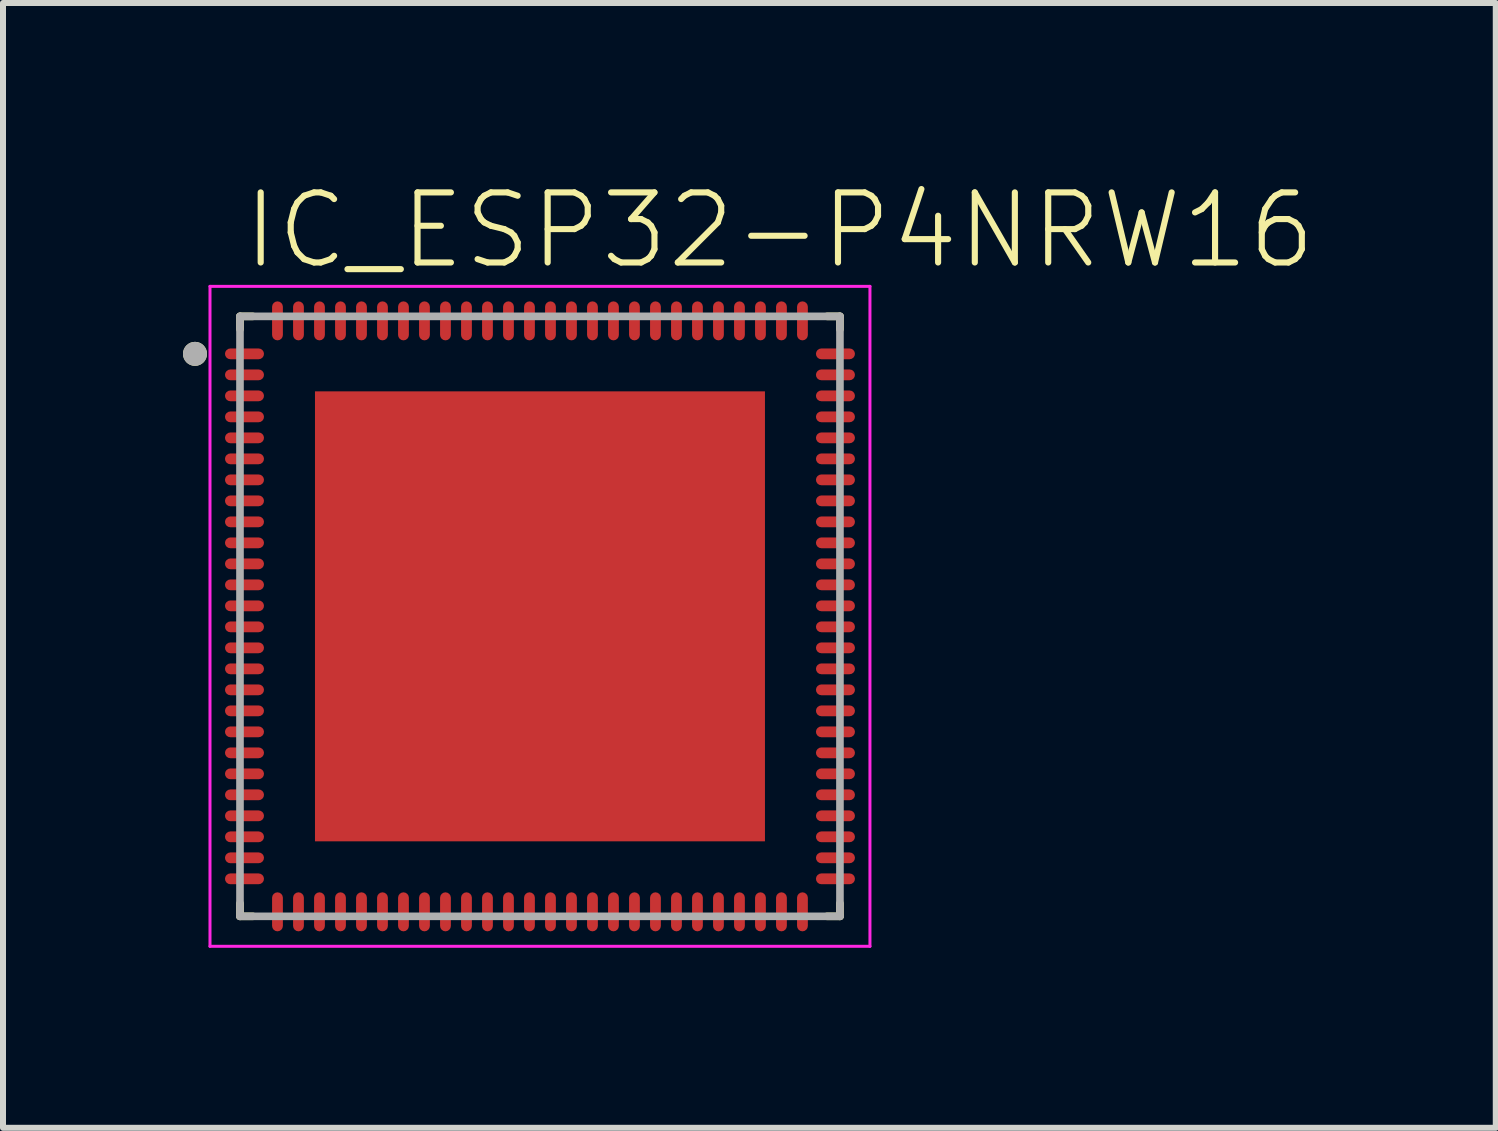
<source format=kicad_pcb>
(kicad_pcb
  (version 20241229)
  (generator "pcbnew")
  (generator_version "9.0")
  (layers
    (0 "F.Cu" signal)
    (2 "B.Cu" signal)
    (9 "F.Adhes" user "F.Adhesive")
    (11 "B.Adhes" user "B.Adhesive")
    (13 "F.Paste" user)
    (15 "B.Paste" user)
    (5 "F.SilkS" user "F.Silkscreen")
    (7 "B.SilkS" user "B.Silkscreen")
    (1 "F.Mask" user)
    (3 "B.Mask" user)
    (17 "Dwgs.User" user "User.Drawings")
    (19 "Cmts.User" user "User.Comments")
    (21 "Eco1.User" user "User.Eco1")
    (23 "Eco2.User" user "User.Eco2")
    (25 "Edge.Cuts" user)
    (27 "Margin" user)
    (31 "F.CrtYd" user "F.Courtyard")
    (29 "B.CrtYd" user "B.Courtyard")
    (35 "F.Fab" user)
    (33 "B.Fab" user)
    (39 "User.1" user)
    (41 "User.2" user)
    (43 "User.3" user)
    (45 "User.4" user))
  (footprint "IC_ESP32-P4NRW16"
    (layer "F.Cu")
    (at 5.95 7.223)
    (property "Reference" "IC_ESP32-P4NRW16" (at -5 -5.75 0) (unlocked yes) (layer "F.SilkS") (effects (font (size 1.168 1.168) (thickness 0.102)) (justify left bottom)))
    (fp_poly (pts (xy -4.617 -4.501) (xy -4.564 -4.448) (xy -4.545 -4.375) (xy -4.564 -4.302) (xy -4.617 -4.249) (xy -4.689 -4.23) (xy -5.161 -4.23) (xy -5.233 -4.249) (xy -5.286 -4.302) (xy -5.305 -4.375) (xy -5.286 -4.448) (xy -5.233 -4.501) (xy -5.161 -4.52) (xy -4.689 -4.52)) (stroke (width 0) (type default)) (fill yes) (layer "F.Mask"))
    (fp_poly (pts (xy -4.617 -4.151) (xy -4.564 -4.098) (xy -4.545 -4.025) (xy -4.564 -3.952) (xy -4.617 -3.899) (xy -4.689 -3.88) (xy -5.161 -3.88) (xy -5.233 -3.899) (xy -5.286 -3.952) (xy -5.305 -4.025) (xy -5.286 -4.098) (xy -5.233 -4.151) (xy -5.161 -4.17) (xy -4.689 -4.17)) (stroke (width 0) (type default)) (fill yes) (layer "F.Mask"))
    (fp_poly (pts (xy -4.617 -3.801) (xy -4.564 -3.748) (xy -4.545 -3.675) (xy -4.564 -3.602) (xy -4.617 -3.549) (xy -4.689 -3.53) (xy -5.161 -3.53) (xy -5.233 -3.549) (xy -5.286 -3.602) (xy -5.305 -3.675) (xy -5.286 -3.748) (xy -5.233 -3.801) (xy -5.161 -3.82) (xy -4.689 -3.82)) (stroke (width 0) (type default)) (fill yes) (layer "F.Mask"))
    (fp_poly (pts (xy -4.617 -3.451) (xy -4.564 -3.398) (xy -4.545 -3.325) (xy -4.564 -3.252) (xy -4.617 -3.199) (xy -4.689 -3.18) (xy -5.161 -3.18) (xy -5.233 -3.199) (xy -5.286 -3.252) (xy -5.305 -3.325) (xy -5.286 -3.398) (xy -5.233 -3.451) (xy -5.161 -3.47) (xy -4.689 -3.47)) (stroke (width 0) (type default)) (fill yes) (layer "F.Mask"))
    (fp_poly (pts (xy -4.617 -3.101) (xy -4.564 -3.048) (xy -4.545 -2.975) (xy -4.564 -2.902) (xy -4.617 -2.849) (xy -4.689 -2.83) (xy -5.161 -2.83) (xy -5.233 -2.849) (xy -5.286 -2.902) (xy -5.305 -2.975) (xy -5.286 -3.048) (xy -5.233 -3.101) (xy -5.161 -3.12) (xy -4.689 -3.12)) (stroke (width 0) (type default)) (fill yes) (layer "F.Mask"))
    (fp_poly (pts (xy -4.617 -2.751) (xy -4.564 -2.698) (xy -4.545 -2.625) (xy -4.564 -2.552) (xy -4.617 -2.499) (xy -4.689 -2.48) (xy -5.161 -2.48) (xy -5.233 -2.499) (xy -5.286 -2.552) (xy -5.305 -2.625) (xy -5.286 -2.698) (xy -5.233 -2.751) (xy -5.161 -2.77) (xy -4.689 -2.77)) (stroke (width 0) (type default)) (fill yes) (layer "F.Mask"))
    (fp_poly (pts (xy -4.617 -2.401) (xy -4.564 -2.348) (xy -4.545 -2.275) (xy -4.564 -2.202) (xy -4.617 -2.149) (xy -4.689 -2.13) (xy -5.161 -2.13) (xy -5.233 -2.149) (xy -5.286 -2.202) (xy -5.305 -2.275) (xy -5.286 -2.348) (xy -5.233 -2.401) (xy -5.161 -2.42) (xy -4.689 -2.42)) (stroke (width 0) (type default)) (fill yes) (layer "F.Mask"))
    (fp_poly (pts (xy -4.617 -2.051) (xy -4.564 -1.998) (xy -4.545 -1.925) (xy -4.564 -1.852) (xy -4.617 -1.799) (xy -4.689 -1.78) (xy -5.161 -1.78) (xy -5.233 -1.799) (xy -5.286 -1.852) (xy -5.305 -1.925) (xy -5.286 -1.998) (xy -5.233 -2.051) (xy -5.161 -2.07) (xy -4.689 -2.07)) (stroke (width 0) (type default)) (fill yes) (layer "F.Mask"))
    (fp_poly (pts (xy -4.617 -1.701) (xy -4.564 -1.648) (xy -4.545 -1.575) (xy -4.564 -1.502) (xy -4.617 -1.449) (xy -4.689 -1.43) (xy -5.161 -1.43) (xy -5.233 -1.449) (xy -5.286 -1.502) (xy -5.305 -1.575) (xy -5.286 -1.648) (xy -5.233 -1.701) (xy -5.161 -1.72) (xy -4.689 -1.72)) (stroke (width 0) (type default)) (fill yes) (layer "F.Mask"))
    (fp_poly (pts (xy -4.617 -1.351) (xy -4.564 -1.298) (xy -4.545 -1.225) (xy -4.564 -1.152) (xy -4.617 -1.099) (xy -4.689 -1.08) (xy -5.161 -1.08) (xy -5.233 -1.099) (xy -5.286 -1.152) (xy -5.305 -1.225) (xy -5.286 -1.298) (xy -5.233 -1.351) (xy -5.161 -1.37) (xy -4.689 -1.37)) (stroke (width 0) (type default)) (fill yes) (layer "F.Mask"))
    (fp_poly (pts (xy -4.617 -1.001) (xy -4.564 -0.948) (xy -4.545 -0.875) (xy -4.564 -0.802) (xy -4.617 -0.749) (xy -4.689 -0.73) (xy -5.161 -0.73) (xy -5.233 -0.749) (xy -5.286 -0.802) (xy -5.305 -0.875) (xy -5.286 -0.948) (xy -5.233 -1.001) (xy -5.161 -1.02) (xy -4.689 -1.02)) (stroke (width 0) (type default)) (fill yes) (layer "F.Mask"))
    (fp_poly (pts (xy -4.617 -0.651) (xy -4.564 -0.598) (xy -4.545 -0.525) (xy -4.564 -0.452) (xy -4.617 -0.399) (xy -4.689 -0.38) (xy -5.161 -0.38) (xy -5.233 -0.399) (xy -5.286 -0.452) (xy -5.305 -0.525) (xy -5.286 -0.598) (xy -5.233 -0.651) (xy -5.161 -0.67) (xy -4.689 -0.67)) (stroke (width 0) (type default)) (fill yes) (layer "F.Mask"))
    (fp_poly (pts (xy -4.617 -0.301) (xy -4.564 -0.248) (xy -4.545 -0.175) (xy -4.564 -0.102) (xy -4.617 -0.049) (xy -4.689 -0.03) (xy -5.161 -0.03) (xy -5.233 -0.049) (xy -5.286 -0.102) (xy -5.305 -0.175) (xy -5.286 -0.248) (xy -5.233 -0.301) (xy -5.161 -0.32) (xy -4.689 -0.32)) (stroke (width 0) (type default)) (fill yes) (layer "F.Mask"))
    (fp_poly (pts (xy -4.617 0.049) (xy -4.564 0.102) (xy -4.545 0.175) (xy -4.564 0.248) (xy -4.617 0.301) (xy -4.689 0.32) (xy -5.161 0.32) (xy -5.233 0.301) (xy -5.286 0.248) (xy -5.305 0.175) (xy -5.286 0.102) (xy -5.233 0.049) (xy -5.161 0.03) (xy -4.689 0.03)) (stroke (width 0) (type default)) (fill yes) (layer "F.Mask"))
    (fp_poly (pts (xy -4.617 0.399) (xy -4.564 0.452) (xy -4.545 0.525) (xy -4.564 0.598) (xy -4.617 0.651) (xy -4.689 0.67) (xy -5.161 0.67) (xy -5.233 0.651) (xy -5.286 0.598) (xy -5.305 0.525) (xy -5.286 0.452) (xy -5.233 0.399) (xy -5.161 0.38) (xy -4.689 0.38)) (stroke (width 0) (type default)) (fill yes) (layer "F.Mask"))
    (fp_poly (pts (xy -4.617 0.749) (xy -4.564 0.802) (xy -4.545 0.875) (xy -4.564 0.948) (xy -4.617 1.001) (xy -4.689 1.02) (xy -5.161 1.02) (xy -5.233 1.001) (xy -5.286 0.948) (xy -5.305 0.875) (xy -5.286 0.802) (xy -5.233 0.749) (xy -5.161 0.73) (xy -4.689 0.73)) (stroke (width 0) (type default)) (fill yes) (layer "F.Mask"))
    (fp_poly (pts (xy -4.617 1.099) (xy -4.564 1.152) (xy -4.545 1.225) (xy -4.564 1.298) (xy -4.617 1.351) (xy -4.689 1.37) (xy -5.161 1.37) (xy -5.233 1.351) (xy -5.286 1.298) (xy -5.305 1.225) (xy -5.286 1.152) (xy -5.233 1.099) (xy -5.161 1.08) (xy -4.689 1.08)) (stroke (width 0) (type default)) (fill yes) (layer "F.Mask"))
    (fp_poly (pts (xy -4.617 1.449) (xy -4.564 1.502) (xy -4.545 1.575) (xy -4.564 1.648) (xy -4.617 1.701) (xy -4.689 1.72) (xy -5.161 1.72) (xy -5.233 1.701) (xy -5.286 1.648) (xy -5.305 1.575) (xy -5.286 1.502) (xy -5.233 1.449) (xy -5.161 1.43) (xy -4.689 1.43)) (stroke (width 0) (type default)) (fill yes) (layer "F.Mask"))
    (fp_poly (pts (xy -4.617 1.799) (xy -4.564 1.852) (xy -4.545 1.925) (xy -4.564 1.998) (xy -4.617 2.051) (xy -4.689 2.07) (xy -5.161 2.07) (xy -5.233 2.051) (xy -5.286 1.998) (xy -5.305 1.925) (xy -5.286 1.852) (xy -5.233 1.799) (xy -5.161 1.78) (xy -4.689 1.78)) (stroke (width 0) (type default)) (fill yes) (layer "F.Mask"))
    (fp_poly (pts (xy -4.617 2.149) (xy -4.564 2.202) (xy -4.545 2.275) (xy -4.564 2.348) (xy -4.617 2.401) (xy -4.689 2.42) (xy -5.161 2.42) (xy -5.233 2.401) (xy -5.286 2.348) (xy -5.305 2.275) (xy -5.286 2.202) (xy -5.233 2.149) (xy -5.161 2.13) (xy -4.689 2.13)) (stroke (width 0) (type default)) (fill yes) (layer "F.Mask"))
    (fp_poly (pts (xy -4.617 2.499) (xy -4.564 2.552) (xy -4.545 2.625) (xy -4.564 2.698) (xy -4.617 2.751) (xy -4.689 2.77) (xy -5.161 2.77) (xy -5.233 2.751) (xy -5.286 2.698) (xy -5.305 2.625) (xy -5.286 2.552) (xy -5.233 2.499) (xy -5.161 2.48) (xy -4.689 2.48)) (stroke (width 0) (type default)) (fill yes) (layer "F.Mask"))
    (fp_poly (pts (xy -4.617 2.849) (xy -4.564 2.902) (xy -4.545 2.975) (xy -4.564 3.048) (xy -4.617 3.101) (xy -4.689 3.12) (xy -5.161 3.12) (xy -5.233 3.101) (xy -5.286 3.048) (xy -5.305 2.975) (xy -5.286 2.902) (xy -5.233 2.849) (xy -5.161 2.83) (xy -4.689 2.83)) (stroke (width 0) (type default)) (fill yes) (layer "F.Mask"))
    (fp_poly (pts (xy -4.617 3.199) (xy -4.564 3.252) (xy -4.545 3.325) (xy -4.564 3.398) (xy -4.617 3.451) (xy -4.689 3.47) (xy -5.161 3.47) (xy -5.233 3.451) (xy -5.286 3.398) (xy -5.305 3.325) (xy -5.286 3.252) (xy -5.233 3.199) (xy -5.161 3.18) (xy -4.689 3.18)) (stroke (width 0) (type default)) (fill yes) (layer "F.Mask"))
    (fp_poly (pts (xy -4.617 3.549) (xy -4.564 3.602) (xy -4.545 3.675) (xy -4.564 3.748) (xy -4.617 3.801) (xy -4.689 3.82) (xy -5.161 3.82) (xy -5.233 3.801) (xy -5.286 3.748) (xy -5.305 3.675) (xy -5.286 3.602) (xy -5.233 3.549) (xy -5.161 3.53) (xy -4.689 3.53)) (stroke (width 0) (type default)) (fill yes) (layer "F.Mask"))
    (fp_poly (pts (xy -4.617 3.899) (xy -4.564 3.952) (xy -4.545 4.025) (xy -4.564 4.098) (xy -4.617 4.151) (xy -4.689 4.17) (xy -5.161 4.17) (xy -5.233 4.151) (xy -5.286 4.098) (xy -5.305 4.025) (xy -5.286 3.952) (xy -5.233 3.899) (xy -5.161 3.88) (xy -4.689 3.88)) (stroke (width 0) (type default)) (fill yes) (layer "F.Mask"))
    (fp_poly (pts (xy -4.617 4.249) (xy -4.564 4.302) (xy -4.545 4.375) (xy -4.564 4.448) (xy -4.617 4.501) (xy -4.689 4.52) (xy -5.161 4.52) (xy -5.233 4.501) (xy -5.286 4.448) (xy -5.305 4.375) (xy -5.286 4.302) (xy -5.233 4.249) (xy -5.161 4.23) (xy -4.689 4.23)) (stroke (width 0) (type default)) (fill yes) (layer "F.Mask"))
    (fp_poly (pts (xy -4.302 -5.286) (xy -4.249 -5.233) (xy -4.23 -5.161) (xy -4.23 -4.689) (xy -4.249 -4.617) (xy -4.302 -4.564) (xy -4.375 -4.545) (xy -4.448 -4.564) (xy -4.501 -4.617) (xy -4.52 -4.689) (xy -4.52 -5.161) (xy -4.501 -5.233) (xy -4.448 -5.286) (xy -4.375 -5.305)) (stroke (width 0) (type default)) (fill yes) (layer "F.Mask"))
    (fp_poly (pts (xy -4.302 4.564) (xy -4.249 4.617) (xy -4.23 4.689) (xy -4.23 5.161) (xy -4.249 5.233) (xy -4.302 5.286) (xy -4.375 5.305) (xy -4.448 5.286) (xy -4.501 5.233) (xy -4.52 5.161) (xy -4.52 4.689) (xy -4.501 4.617) (xy -4.448 4.564) (xy -4.375 4.545)) (stroke (width 0) (type default)) (fill yes) (layer "F.Mask"))
    (fp_poly (pts (xy -3.952 -5.286) (xy -3.899 -5.233) (xy -3.88 -5.161) (xy -3.88 -4.689) (xy -3.899 -4.617) (xy -3.952 -4.564) (xy -4.025 -4.545) (xy -4.098 -4.564) (xy -4.151 -4.617) (xy -4.17 -4.689) (xy -4.17 -5.161) (xy -4.151 -5.233) (xy -4.098 -5.286) (xy -4.025 -5.305)) (stroke (width 0) (type default)) (fill yes) (layer "F.Mask"))
    (fp_poly (pts (xy -3.952 4.564) (xy -3.899 4.617) (xy -3.88 4.689) (xy -3.88 5.161) (xy -3.899 5.233) (xy -3.952 5.286) (xy -4.025 5.305) (xy -4.098 5.286) (xy -4.151 5.233) (xy -4.17 5.161) (xy -4.17 4.689) (xy -4.151 4.617) (xy -4.098 4.564) (xy -4.025 4.545)) (stroke (width 0) (type default)) (fill yes) (layer "F.Mask"))
    (fp_poly (pts (xy -3.602 -5.286) (xy -3.549 -5.233) (xy -3.53 -5.161) (xy -3.53 -4.689) (xy -3.549 -4.617) (xy -3.602 -4.564) (xy -3.675 -4.545) (xy -3.748 -4.564) (xy -3.801 -4.617) (xy -3.82 -4.689) (xy -3.82 -5.161) (xy -3.801 -5.233) (xy -3.748 -5.286) (xy -3.675 -5.305)) (stroke (width 0) (type default)) (fill yes) (layer "F.Mask"))
    (fp_poly (pts (xy -3.602 4.564) (xy -3.549 4.617) (xy -3.53 4.689) (xy -3.53 5.161) (xy -3.549 5.233) (xy -3.602 5.286) (xy -3.675 5.305) (xy -3.748 5.286) (xy -3.801 5.233) (xy -3.82 5.161) (xy -3.82 4.689) (xy -3.801 4.617) (xy -3.748 4.564) (xy -3.675 4.545)) (stroke (width 0) (type default)) (fill yes) (layer "F.Mask"))
    (fp_poly (pts (xy -3.252 -5.286) (xy -3.199 -5.233) (xy -3.18 -5.161) (xy -3.18 -4.689) (xy -3.199 -4.617) (xy -3.252 -4.564) (xy -3.325 -4.545) (xy -3.398 -4.564) (xy -3.451 -4.617) (xy -3.47 -4.689) (xy -3.47 -5.161) (xy -3.451 -5.233) (xy -3.398 -5.286) (xy -3.325 -5.305)) (stroke (width 0) (type default)) (fill yes) (layer "F.Mask"))
    (fp_poly (pts (xy -3.252 4.564) (xy -3.199 4.617) (xy -3.18 4.689) (xy -3.18 5.161) (xy -3.199 5.233) (xy -3.252 5.286) (xy -3.325 5.305) (xy -3.398 5.286) (xy -3.451 5.233) (xy -3.47 5.161) (xy -3.47 4.689) (xy -3.451 4.617) (xy -3.398 4.564) (xy -3.325 4.545)) (stroke (width 0) (type default)) (fill yes) (layer "F.Mask"))
    (fp_poly (pts (xy -2.902 -5.286) (xy -2.849 -5.233) (xy -2.83 -5.161) (xy -2.83 -4.689) (xy -2.849 -4.617) (xy -2.902 -4.564) (xy -2.975 -4.545) (xy -3.048 -4.564) (xy -3.101 -4.617) (xy -3.12 -4.689) (xy -3.12 -5.161) (xy -3.101 -5.233) (xy -3.048 -5.286) (xy -2.975 -5.305)) (stroke (width 0) (type default)) (fill yes) (layer "F.Mask"))
    (fp_poly (pts (xy -2.902 4.564) (xy -2.849 4.617) (xy -2.83 4.689) (xy -2.83 5.161) (xy -2.849 5.233) (xy -2.902 5.286) (xy -2.975 5.305) (xy -3.048 5.286) (xy -3.101 5.233) (xy -3.12 5.161) (xy -3.12 4.689) (xy -3.101 4.617) (xy -3.048 4.564) (xy -2.975 4.545)) (stroke (width 0) (type default)) (fill yes) (layer "F.Mask"))
    (fp_poly (pts (xy -2.552 -5.286) (xy -2.499 -5.233) (xy -2.48 -5.161) (xy -2.48 -4.689) (xy -2.499 -4.617) (xy -2.552 -4.564) (xy -2.625 -4.545) (xy -2.698 -4.564) (xy -2.751 -4.617) (xy -2.77 -4.689) (xy -2.77 -5.161) (xy -2.751 -5.233) (xy -2.698 -5.286) (xy -2.625 -5.305)) (stroke (width 0) (type default)) (fill yes) (layer "F.Mask"))
    (fp_poly (pts (xy -2.552 4.564) (xy -2.499 4.617) (xy -2.48 4.689) (xy -2.48 5.161) (xy -2.499 5.233) (xy -2.552 5.286) (xy -2.625 5.305) (xy -2.698 5.286) (xy -2.751 5.233) (xy -2.77 5.161) (xy -2.77 4.689) (xy -2.751 4.617) (xy -2.698 4.564) (xy -2.625 4.545)) (stroke (width 0) (type default)) (fill yes) (layer "F.Mask"))
    (fp_poly (pts (xy -2.202 -5.286) (xy -2.149 -5.233) (xy -2.13 -5.161) (xy -2.13 -4.689) (xy -2.149 -4.617) (xy -2.202 -4.564) (xy -2.275 -4.545) (xy -2.348 -4.564) (xy -2.401 -4.617) (xy -2.42 -4.689) (xy -2.42 -5.161) (xy -2.401 -5.233) (xy -2.348 -5.286) (xy -2.275 -5.305)) (stroke (width 0) (type default)) (fill yes) (layer "F.Mask"))
    (fp_poly (pts (xy -2.202 4.564) (xy -2.149 4.617) (xy -2.13 4.689) (xy -2.13 5.161) (xy -2.149 5.233) (xy -2.202 5.286) (xy -2.275 5.305) (xy -2.348 5.286) (xy -2.401 5.233) (xy -2.42 5.161) (xy -2.42 4.689) (xy -2.401 4.617) (xy -2.348 4.564) (xy -2.275 4.545)) (stroke (width 0) (type default)) (fill yes) (layer "F.Mask"))
    (fp_poly (pts (xy -1.852 -5.286) (xy -1.799 -5.233) (xy -1.78 -5.161) (xy -1.78 -4.689) (xy -1.799 -4.617) (xy -1.852 -4.564) (xy -1.925 -4.545) (xy -1.998 -4.564) (xy -2.051 -4.617) (xy -2.07 -4.689) (xy -2.07 -5.161) (xy -2.051 -5.233) (xy -1.998 -5.286) (xy -1.925 -5.305)) (stroke (width 0) (type default)) (fill yes) (layer "F.Mask"))
    (fp_poly (pts (xy -1.852 4.564) (xy -1.799 4.617) (xy -1.78 4.689) (xy -1.78 5.161) (xy -1.799 5.233) (xy -1.852 5.286) (xy -1.925 5.305) (xy -1.998 5.286) (xy -2.051 5.233) (xy -2.07 5.161) (xy -2.07 4.689) (xy -2.051 4.617) (xy -1.998 4.564) (xy -1.925 4.545)) (stroke (width 0) (type default)) (fill yes) (layer "F.Mask"))
    (fp_poly (pts (xy -1.502 -5.286) (xy -1.449 -5.233) (xy -1.43 -5.161) (xy -1.43 -4.689) (xy -1.449 -4.617) (xy -1.502 -4.564) (xy -1.575 -4.545) (xy -1.648 -4.564) (xy -1.701 -4.617) (xy -1.72 -4.689) (xy -1.72 -5.161) (xy -1.701 -5.233) (xy -1.648 -5.286) (xy -1.575 -5.305)) (stroke (width 0) (type default)) (fill yes) (layer "F.Mask"))
    (fp_poly (pts (xy -1.502 4.564) (xy -1.449 4.617) (xy -1.43 4.689) (xy -1.43 5.161) (xy -1.449 5.233) (xy -1.502 5.286) (xy -1.575 5.305) (xy -1.648 5.286) (xy -1.701 5.233) (xy -1.72 5.161) (xy -1.72 4.689) (xy -1.701 4.617) (xy -1.648 4.564) (xy -1.575 4.545)) (stroke (width 0) (type default)) (fill yes) (layer "F.Mask"))
    (fp_poly (pts (xy -1.152 -5.286) (xy -1.099 -5.233) (xy -1.08 -5.161) (xy -1.08 -4.689) (xy -1.099 -4.617) (xy -1.152 -4.564) (xy -1.225 -4.545) (xy -1.298 -4.564) (xy -1.351 -4.617) (xy -1.37 -4.689) (xy -1.37 -5.161) (xy -1.351 -5.233) (xy -1.298 -5.286) (xy -1.225 -5.305)) (stroke (width 0) (type default)) (fill yes) (layer "F.Mask"))
    (fp_poly (pts (xy -1.152 4.564) (xy -1.099 4.617) (xy -1.08 4.689) (xy -1.08 5.161) (xy -1.099 5.233) (xy -1.152 5.286) (xy -1.225 5.305) (xy -1.298 5.286) (xy -1.351 5.233) (xy -1.37 5.161) (xy -1.37 4.689) (xy -1.351 4.617) (xy -1.298 4.564) (xy -1.225 4.545)) (stroke (width 0) (type default)) (fill yes) (layer "F.Mask"))
    (fp_poly (pts (xy -0.802 -5.286) (xy -0.749 -5.233) (xy -0.73 -5.161) (xy -0.73 -4.689) (xy -0.749 -4.617) (xy -0.802 -4.564) (xy -0.875 -4.545) (xy -0.948 -4.564) (xy -1.001 -4.617) (xy -1.02 -4.689) (xy -1.02 -5.161) (xy -1.001 -5.233) (xy -0.948 -5.286) (xy -0.875 -5.305)) (stroke (width 0) (type default)) (fill yes) (layer "F.Mask"))
    (fp_poly (pts (xy -0.802 4.564) (xy -0.749 4.617) (xy -0.73 4.689) (xy -0.73 5.161) (xy -0.749 5.233) (xy -0.802 5.286) (xy -0.875 5.305) (xy -0.948 5.286) (xy -1.001 5.233) (xy -1.02 5.161) (xy -1.02 4.689) (xy -1.001 4.617) (xy -0.948 4.564) (xy -0.875 4.545)) (stroke (width 0) (type default)) (fill yes) (layer "F.Mask"))
    (fp_poly (pts (xy -0.452 -5.286) (xy -0.399 -5.233) (xy -0.38 -5.161) (xy -0.38 -4.689) (xy -0.399 -4.617) (xy -0.452 -4.564) (xy -0.525 -4.545) (xy -0.598 -4.564) (xy -0.651 -4.617) (xy -0.67 -4.689) (xy -0.67 -5.161) (xy -0.651 -5.233) (xy -0.598 -5.286) (xy -0.525 -5.305)) (stroke (width 0) (type default)) (fill yes) (layer "F.Mask"))
    (fp_poly (pts (xy -0.452 4.564) (xy -0.399 4.617) (xy -0.38 4.689) (xy -0.38 5.161) (xy -0.399 5.233) (xy -0.452 5.286) (xy -0.525 5.305) (xy -0.598 5.286) (xy -0.651 5.233) (xy -0.67 5.161) (xy -0.67 4.689) (xy -0.651 4.617) (xy -0.598 4.564) (xy -0.525 4.545)) (stroke (width 0) (type default)) (fill yes) (layer "F.Mask"))
    (fp_poly (pts (xy -0.102 -5.286) (xy -0.049 -5.233) (xy -0.03 -5.161) (xy -0.03 -4.689) (xy -0.049 -4.617) (xy -0.102 -4.564) (xy -0.175 -4.545) (xy -0.248 -4.564) (xy -0.301 -4.617) (xy -0.32 -4.689) (xy -0.32 -5.161) (xy -0.301 -5.233) (xy -0.248 -5.286) (xy -0.175 -5.305)) (stroke (width 0) (type default)) (fill yes) (layer "F.Mask"))
    (fp_poly (pts (xy -0.102 4.564) (xy -0.049 4.617) (xy -0.03 4.689) (xy -0.03 5.161) (xy -0.049 5.233) (xy -0.102 5.286) (xy -0.175 5.305) (xy -0.248 5.286) (xy -0.301 5.233) (xy -0.32 5.161) (xy -0.32 4.689) (xy -0.301 4.617) (xy -0.248 4.564) (xy -0.175 4.545)) (stroke (width 0) (type default)) (fill yes) (layer "F.Mask"))
    (fp_poly (pts (xy 0.248 -5.286) (xy 0.301 -5.233) (xy 0.32 -5.161) (xy 0.32 -4.689) (xy 0.301 -4.617) (xy 0.248 -4.564) (xy 0.175 -4.545) (xy 0.102 -4.564) (xy 0.049 -4.617) (xy 0.03 -4.689) (xy 0.03 -5.161) (xy 0.049 -5.233) (xy 0.102 -5.286) (xy 0.175 -5.305)) (stroke (width 0) (type default)) (fill yes) (layer "F.Mask"))
    (fp_poly (pts (xy 0.248 4.564) (xy 0.301 4.617) (xy 0.32 4.689) (xy 0.32 5.161) (xy 0.301 5.233) (xy 0.248 5.286) (xy 0.175 5.305) (xy 0.102 5.286) (xy 0.049 5.233) (xy 0.03 5.161) (xy 0.03 4.689) (xy 0.049 4.617) (xy 0.102 4.564) (xy 0.175 4.545)) (stroke (width 0) (type default)) (fill yes) (layer "F.Mask"))
    (fp_poly (pts (xy 0.598 -5.286) (xy 0.651 -5.233) (xy 0.67 -5.161) (xy 0.67 -4.689) (xy 0.651 -4.617) (xy 0.598 -4.564) (xy 0.525 -4.545) (xy 0.452 -4.564) (xy 0.399 -4.617) (xy 0.38 -4.689) (xy 0.38 -5.161) (xy 0.399 -5.233) (xy 0.452 -5.286) (xy 0.525 -5.305)) (stroke (width 0) (type default)) (fill yes) (layer "F.Mask"))
    (fp_poly (pts (xy 0.598 4.564) (xy 0.651 4.617) (xy 0.67 4.689) (xy 0.67 5.161) (xy 0.651 5.233) (xy 0.598 5.286) (xy 0.525 5.305) (xy 0.452 5.286) (xy 0.399 5.233) (xy 0.38 5.161) (xy 0.38 4.689) (xy 0.399 4.617) (xy 0.452 4.564) (xy 0.525 4.545)) (stroke (width 0) (type default)) (fill yes) (layer "F.Mask"))
    (fp_poly (pts (xy 0.948 -5.286) (xy 1.001 -5.233) (xy 1.02 -5.161) (xy 1.02 -4.689) (xy 1.001 -4.617) (xy 0.948 -4.564) (xy 0.875 -4.545) (xy 0.802 -4.564) (xy 0.749 -4.617) (xy 0.73 -4.689) (xy 0.73 -5.161) (xy 0.749 -5.233) (xy 0.802 -5.286) (xy 0.875 -5.305)) (stroke (width 0) (type default)) (fill yes) (layer "F.Mask"))
    (fp_poly (pts (xy 0.948 4.564) (xy 1.001 4.617) (xy 1.02 4.689) (xy 1.02 5.161) (xy 1.001 5.233) (xy 0.948 5.286) (xy 0.875 5.305) (xy 0.802 5.286) (xy 0.749 5.233) (xy 0.73 5.161) (xy 0.73 4.689) (xy 0.749 4.617) (xy 0.802 4.564) (xy 0.875 4.545)) (stroke (width 0) (type default)) (fill yes) (layer "F.Mask"))
    (fp_poly (pts (xy 1.298 -5.286) (xy 1.351 -5.233) (xy 1.37 -5.161) (xy 1.37 -4.689) (xy 1.351 -4.617) (xy 1.298 -4.564) (xy 1.225 -4.545) (xy 1.152 -4.564) (xy 1.099 -4.617) (xy 1.08 -4.689) (xy 1.08 -5.161) (xy 1.099 -5.233) (xy 1.152 -5.286) (xy 1.225 -5.305)) (stroke (width 0) (type default)) (fill yes) (layer "F.Mask"))
    (fp_poly (pts (xy 1.298 4.564) (xy 1.351 4.617) (xy 1.37 4.689) (xy 1.37 5.161) (xy 1.351 5.233) (xy 1.298 5.286) (xy 1.225 5.305) (xy 1.152 5.286) (xy 1.099 5.233) (xy 1.08 5.161) (xy 1.08 4.689) (xy 1.099 4.617) (xy 1.152 4.564) (xy 1.225 4.545)) (stroke (width 0) (type default)) (fill yes) (layer "F.Mask"))
    (fp_poly (pts (xy 1.648 -5.286) (xy 1.701 -5.233) (xy 1.72 -5.161) (xy 1.72 -4.689) (xy 1.701 -4.617) (xy 1.648 -4.564) (xy 1.575 -4.545) (xy 1.502 -4.564) (xy 1.449 -4.617) (xy 1.43 -4.689) (xy 1.43 -5.161) (xy 1.449 -5.233) (xy 1.502 -5.286) (xy 1.575 -5.305)) (stroke (width 0) (type default)) (fill yes) (layer "F.Mask"))
    (fp_poly (pts (xy 1.648 4.564) (xy 1.701 4.617) (xy 1.72 4.689) (xy 1.72 5.161) (xy 1.701 5.233) (xy 1.648 5.286) (xy 1.575 5.305) (xy 1.502 5.286) (xy 1.449 5.233) (xy 1.43 5.161) (xy 1.43 4.689) (xy 1.449 4.617) (xy 1.502 4.564) (xy 1.575 4.545)) (stroke (width 0) (type default)) (fill yes) (layer "F.Mask"))
    (fp_poly (pts (xy 1.998 -5.286) (xy 2.051 -5.233) (xy 2.07 -5.161) (xy 2.07 -4.689) (xy 2.051 -4.617) (xy 1.998 -4.564) (xy 1.925 -4.545) (xy 1.852 -4.564) (xy 1.799 -4.617) (xy 1.78 -4.689) (xy 1.78 -5.161) (xy 1.799 -5.233) (xy 1.852 -5.286) (xy 1.925 -5.305)) (stroke (width 0) (type default)) (fill yes) (layer "F.Mask"))
    (fp_poly (pts (xy 1.998 4.564) (xy 2.051 4.617) (xy 2.07 4.689) (xy 2.07 5.161) (xy 2.051 5.233) (xy 1.998 5.286) (xy 1.925 5.305) (xy 1.852 5.286) (xy 1.799 5.233) (xy 1.78 5.161) (xy 1.78 4.689) (xy 1.799 4.617) (xy 1.852 4.564) (xy 1.925 4.545)) (stroke (width 0) (type default)) (fill yes) (layer "F.Mask"))
    (fp_poly (pts (xy 2.348 -5.286) (xy 2.401 -5.233) (xy 2.42 -5.161) (xy 2.42 -4.689) (xy 2.401 -4.617) (xy 2.348 -4.564) (xy 2.275 -4.545) (xy 2.202 -4.564) (xy 2.149 -4.617) (xy 2.13 -4.689) (xy 2.13 -5.161) (xy 2.149 -5.233) (xy 2.202 -5.286) (xy 2.275 -5.305)) (stroke (width 0) (type default)) (fill yes) (layer "F.Mask"))
    (fp_poly (pts (xy 2.348 4.564) (xy 2.401 4.617) (xy 2.42 4.689) (xy 2.42 5.161) (xy 2.401 5.233) (xy 2.348 5.286) (xy 2.275 5.305) (xy 2.202 5.286) (xy 2.149 5.233) (xy 2.13 5.161) (xy 2.13 4.689) (xy 2.149 4.617) (xy 2.202 4.564) (xy 2.275 4.545)) (stroke (width 0) (type default)) (fill yes) (layer "F.Mask"))
    (fp_poly (pts (xy 2.698 -5.286) (xy 2.751 -5.233) (xy 2.77 -5.161) (xy 2.77 -4.689) (xy 2.751 -4.617) (xy 2.698 -4.564) (xy 2.625 -4.545) (xy 2.552 -4.564) (xy 2.499 -4.617) (xy 2.48 -4.689) (xy 2.48 -5.161) (xy 2.499 -5.233) (xy 2.552 -5.286) (xy 2.625 -5.305)) (stroke (width 0) (type default)) (fill yes) (layer "F.Mask"))
    (fp_poly (pts (xy 2.698 4.564) (xy 2.751 4.617) (xy 2.77 4.689) (xy 2.77 5.161) (xy 2.751 5.233) (xy 2.698 5.286) (xy 2.625 5.305) (xy 2.552 5.286) (xy 2.499 5.233) (xy 2.48 5.161) (xy 2.48 4.689) (xy 2.499 4.617) (xy 2.552 4.564) (xy 2.625 4.545)) (stroke (width 0) (type default)) (fill yes) (layer "F.Mask"))
    (fp_poly (pts (xy 3.048 -5.286) (xy 3.101 -5.233) (xy 3.12 -5.161) (xy 3.12 -4.689) (xy 3.101 -4.617) (xy 3.048 -4.564) (xy 2.975 -4.545) (xy 2.902 -4.564) (xy 2.849 -4.617) (xy 2.83 -4.689) (xy 2.83 -5.161) (xy 2.849 -5.233) (xy 2.902 -5.286) (xy 2.975 -5.305)) (stroke (width 0) (type default)) (fill yes) (layer "F.Mask"))
    (fp_poly (pts (xy 3.048 4.564) (xy 3.101 4.617) (xy 3.12 4.689) (xy 3.12 5.161) (xy 3.101 5.233) (xy 3.048 5.286) (xy 2.975 5.305) (xy 2.902 5.286) (xy 2.849 5.233) (xy 2.83 5.161) (xy 2.83 4.689) (xy 2.849 4.617) (xy 2.902 4.564) (xy 2.975 4.545)) (stroke (width 0) (type default)) (fill yes) (layer "F.Mask"))
    (fp_poly (pts (xy 3.398 -5.286) (xy 3.451 -5.233) (xy 3.47 -5.161) (xy 3.47 -4.689) (xy 3.451 -4.617) (xy 3.398 -4.564) (xy 3.325 -4.545) (xy 3.252 -4.564) (xy 3.199 -4.617) (xy 3.18 -4.689) (xy 3.18 -5.161) (xy 3.199 -5.233) (xy 3.252 -5.286) (xy 3.325 -5.305)) (stroke (width 0) (type default)) (fill yes) (layer "F.Mask"))
    (fp_poly (pts (xy 3.398 4.564) (xy 3.451 4.617) (xy 3.47 4.689) (xy 3.47 5.161) (xy 3.451 5.233) (xy 3.398 5.286) (xy 3.325 5.305) (xy 3.252 5.286) (xy 3.199 5.233) (xy 3.18 5.161) (xy 3.18 4.689) (xy 3.199 4.617) (xy 3.252 4.564) (xy 3.325 4.545)) (stroke (width 0) (type default)) (fill yes) (layer "F.Mask"))
    (fp_poly (pts (xy 3.748 -5.286) (xy 3.801 -5.233) (xy 3.82 -5.161) (xy 3.82 -4.689) (xy 3.801 -4.617) (xy 3.748 -4.564) (xy 3.675 -4.545) (xy 3.602 -4.564) (xy 3.549 -4.617) (xy 3.53 -4.689) (xy 3.53 -5.161) (xy 3.549 -5.233) (xy 3.602 -5.286) (xy 3.675 -5.305)) (stroke (width 0) (type default)) (fill yes) (layer "F.Mask"))
    (fp_poly (pts (xy 3.748 4.564) (xy 3.801 4.617) (xy 3.82 4.689) (xy 3.82 5.161) (xy 3.801 5.233) (xy 3.748 5.286) (xy 3.675 5.305) (xy 3.602 5.286) (xy 3.549 5.233) (xy 3.53 5.161) (xy 3.53 4.689) (xy 3.549 4.617) (xy 3.602 4.564) (xy 3.675 4.545)) (stroke (width 0) (type default)) (fill yes) (layer "F.Mask"))
    (fp_poly (pts (xy 4.098 -5.286) (xy 4.151 -5.233) (xy 4.17 -5.161) (xy 4.17 -4.689) (xy 4.151 -4.617) (xy 4.098 -4.564) (xy 4.025 -4.545) (xy 3.952 -4.564) (xy 3.899 -4.617) (xy 3.88 -4.689) (xy 3.88 -5.161) (xy 3.899 -5.233) (xy 3.952 -5.286) (xy 4.025 -5.305)) (stroke (width 0) (type default)) (fill yes) (layer "F.Mask"))
    (fp_poly (pts (xy 4.098 4.564) (xy 4.151 4.617) (xy 4.17 4.689) (xy 4.17 5.161) (xy 4.151 5.233) (xy 4.098 5.286) (xy 4.025 5.305) (xy 3.952 5.286) (xy 3.899 5.233) (xy 3.88 5.161) (xy 3.88 4.689) (xy 3.899 4.617) (xy 3.952 4.564) (xy 4.025 4.545)) (stroke (width 0) (type default)) (fill yes) (layer "F.Mask"))
    (fp_poly (pts (xy 4.448 -5.286) (xy 4.501 -5.233) (xy 4.52 -5.161) (xy 4.52 -4.689) (xy 4.501 -4.617) (xy 4.448 -4.564) (xy 4.375 -4.545) (xy 4.302 -4.564) (xy 4.249 -4.617) (xy 4.23 -4.689) (xy 4.23 -5.161) (xy 4.249 -5.233) (xy 4.302 -5.286) (xy 4.375 -5.305)) (stroke (width 0) (type default)) (fill yes) (layer "F.Mask"))
    (fp_poly (pts (xy 4.448 4.564) (xy 4.501 4.617) (xy 4.52 4.689) (xy 4.52 5.161) (xy 4.501 5.233) (xy 4.448 5.286) (xy 4.375 5.305) (xy 4.302 5.286) (xy 4.249 5.233) (xy 4.23 5.161) (xy 4.23 4.689) (xy 4.249 4.617) (xy 4.302 4.564) (xy 4.375 4.545)) (stroke (width 0) (type default)) (fill yes) (layer "F.Mask"))
    (fp_poly (pts (xy 5.233 -4.501) (xy 5.286 -4.448) (xy 5.305 -4.375) (xy 5.286 -4.302) (xy 5.233 -4.249) (xy 5.161 -4.23) (xy 4.689 -4.23) (xy 4.617 -4.249) (xy 4.564 -4.302) (xy 4.545 -4.375) (xy 4.564 -4.448) (xy 4.617 -4.501) (xy 4.689 -4.52) (xy 5.161 -4.52)) (stroke (width 0) (type default)) (fill yes) (layer "F.Mask"))
    (fp_poly (pts (xy 5.233 -4.151) (xy 5.286 -4.098) (xy 5.305 -4.025) (xy 5.286 -3.952) (xy 5.233 -3.899) (xy 5.161 -3.88) (xy 4.689 -3.88) (xy 4.617 -3.899) (xy 4.564 -3.952) (xy 4.545 -4.025) (xy 4.564 -4.098) (xy 4.617 -4.151) (xy 4.689 -4.17) (xy 5.161 -4.17)) (stroke (width 0) (type default)) (fill yes) (layer "F.Mask"))
    (fp_poly (pts (xy 5.233 -3.801) (xy 5.286 -3.748) (xy 5.305 -3.675) (xy 5.286 -3.602) (xy 5.233 -3.549) (xy 5.161 -3.53) (xy 4.689 -3.53) (xy 4.617 -3.549) (xy 4.564 -3.602) (xy 4.545 -3.675) (xy 4.564 -3.748) (xy 4.617 -3.801) (xy 4.689 -3.82) (xy 5.161 -3.82)) (stroke (width 0) (type default)) (fill yes) (layer "F.Mask"))
    (fp_poly (pts (xy 5.233 -3.451) (xy 5.286 -3.398) (xy 5.305 -3.325) (xy 5.286 -3.252) (xy 5.233 -3.199) (xy 5.161 -3.18) (xy 4.689 -3.18) (xy 4.617 -3.199) (xy 4.564 -3.252) (xy 4.545 -3.325) (xy 4.564 -3.398) (xy 4.617 -3.451) (xy 4.689 -3.47) (xy 5.161 -3.47)) (stroke (width 0) (type default)) (fill yes) (layer "F.Mask"))
    (fp_poly (pts (xy 5.233 -3.101) (xy 5.286 -3.048) (xy 5.305 -2.975) (xy 5.286 -2.902) (xy 5.233 -2.849) (xy 5.161 -2.83) (xy 4.689 -2.83) (xy 4.617 -2.849) (xy 4.564 -2.902) (xy 4.545 -2.975) (xy 4.564 -3.048) (xy 4.617 -3.101) (xy 4.689 -3.12) (xy 5.161 -3.12)) (stroke (width 0) (type default)) (fill yes) (layer "F.Mask"))
    (fp_poly (pts (xy 5.233 -2.751) (xy 5.286 -2.698) (xy 5.305 -2.625) (xy 5.286 -2.552) (xy 5.233 -2.499) (xy 5.161 -2.48) (xy 4.689 -2.48) (xy 4.617 -2.499) (xy 4.564 -2.552) (xy 4.545 -2.625) (xy 4.564 -2.698) (xy 4.617 -2.751) (xy 4.689 -2.77) (xy 5.161 -2.77)) (stroke (width 0) (type default)) (fill yes) (layer "F.Mask"))
    (fp_poly (pts (xy 5.233 -2.401) (xy 5.286 -2.348) (xy 5.305 -2.275) (xy 5.286 -2.202) (xy 5.233 -2.149) (xy 5.161 -2.13) (xy 4.689 -2.13) (xy 4.617 -2.149) (xy 4.564 -2.202) (xy 4.545 -2.275) (xy 4.564 -2.348) (xy 4.617 -2.401) (xy 4.689 -2.42) (xy 5.161 -2.42)) (stroke (width 0) (type default)) (fill yes) (layer "F.Mask"))
    (fp_poly (pts (xy 5.233 -2.051) (xy 5.286 -1.998) (xy 5.305 -1.925) (xy 5.286 -1.852) (xy 5.233 -1.799) (xy 5.161 -1.78) (xy 4.689 -1.78) (xy 4.617 -1.799) (xy 4.564 -1.852) (xy 4.545 -1.925) (xy 4.564 -1.998) (xy 4.617 -2.051) (xy 4.689 -2.07) (xy 5.161 -2.07)) (stroke (width 0) (type default)) (fill yes) (layer "F.Mask"))
    (fp_poly (pts (xy 5.233 -1.701) (xy 5.286 -1.648) (xy 5.305 -1.575) (xy 5.286 -1.502) (xy 5.233 -1.449) (xy 5.161 -1.43) (xy 4.689 -1.43) (xy 4.617 -1.449) (xy 4.564 -1.502) (xy 4.545 -1.575) (xy 4.564 -1.648) (xy 4.617 -1.701) (xy 4.689 -1.72) (xy 5.161 -1.72)) (stroke (width 0) (type default)) (fill yes) (layer "F.Mask"))
    (fp_poly (pts (xy 5.233 -1.351) (xy 5.286 -1.298) (xy 5.305 -1.225) (xy 5.286 -1.152) (xy 5.233 -1.099) (xy 5.161 -1.08) (xy 4.689 -1.08) (xy 4.617 -1.099) (xy 4.564 -1.152) (xy 4.545 -1.225) (xy 4.564 -1.298) (xy 4.617 -1.351) (xy 4.689 -1.37) (xy 5.161 -1.37)) (stroke (width 0) (type default)) (fill yes) (layer "F.Mask"))
    (fp_poly (pts (xy 5.233 -1.001) (xy 5.286 -0.948) (xy 5.305 -0.875) (xy 5.286 -0.802) (xy 5.233 -0.749) (xy 5.161 -0.73) (xy 4.689 -0.73) (xy 4.617 -0.749) (xy 4.564 -0.802) (xy 4.545 -0.875) (xy 4.564 -0.948) (xy 4.617 -1.001) (xy 4.689 -1.02) (xy 5.161 -1.02)) (stroke (width 0) (type default)) (fill yes) (layer "F.Mask"))
    (fp_poly (pts (xy 5.233 -0.651) (xy 5.286 -0.598) (xy 5.305 -0.525) (xy 5.286 -0.452) (xy 5.233 -0.399) (xy 5.161 -0.38) (xy 4.689 -0.38) (xy 4.617 -0.399) (xy 4.564 -0.452) (xy 4.545 -0.525) (xy 4.564 -0.598) (xy 4.617 -0.651) (xy 4.689 -0.67) (xy 5.161 -0.67)) (stroke (width 0) (type default)) (fill yes) (layer "F.Mask"))
    (fp_poly (pts (xy 5.233 -0.301) (xy 5.286 -0.248) (xy 5.305 -0.175) (xy 5.286 -0.102) (xy 5.233 -0.049) (xy 5.161 -0.03) (xy 4.689 -0.03) (xy 4.617 -0.049) (xy 4.564 -0.102) (xy 4.545 -0.175) (xy 4.564 -0.248) (xy 4.617 -0.301) (xy 4.689 -0.32) (xy 5.161 -0.32)) (stroke (width 0) (type default)) (fill yes) (layer "F.Mask"))
    (fp_poly (pts (xy 5.233 0.049) (xy 5.286 0.102) (xy 5.305 0.175) (xy 5.286 0.248) (xy 5.233 0.301) (xy 5.161 0.32) (xy 4.689 0.32) (xy 4.617 0.301) (xy 4.564 0.248) (xy 4.545 0.175) (xy 4.564 0.102) (xy 4.617 0.049) (xy 4.689 0.03) (xy 5.161 0.03)) (stroke (width 0) (type default)) (fill yes) (layer "F.Mask"))
    (fp_poly (pts (xy 5.233 0.399) (xy 5.286 0.452) (xy 5.305 0.525) (xy 5.286 0.598) (xy 5.233 0.651) (xy 5.161 0.67) (xy 4.689 0.67) (xy 4.617 0.651) (xy 4.564 0.598) (xy 4.545 0.525) (xy 4.564 0.452) (xy 4.617 0.399) (xy 4.689 0.38) (xy 5.161 0.38)) (stroke (width 0) (type default)) (fill yes) (layer "F.Mask"))
    (fp_poly (pts (xy 5.233 0.749) (xy 5.286 0.802) (xy 5.305 0.875) (xy 5.286 0.948) (xy 5.233 1.001) (xy 5.161 1.02) (xy 4.689 1.02) (xy 4.617 1.001) (xy 4.564 0.948) (xy 4.545 0.875) (xy 4.564 0.802) (xy 4.617 0.749) (xy 4.689 0.73) (xy 5.161 0.73)) (stroke (width 0) (type default)) (fill yes) (layer "F.Mask"))
    (fp_poly (pts (xy 5.233 1.099) (xy 5.286 1.152) (xy 5.305 1.225) (xy 5.286 1.298) (xy 5.233 1.351) (xy 5.161 1.37) (xy 4.689 1.37) (xy 4.617 1.351) (xy 4.564 1.298) (xy 4.545 1.225) (xy 4.564 1.152) (xy 4.617 1.099) (xy 4.689 1.08) (xy 5.161 1.08)) (stroke (width 0) (type default)) (fill yes) (layer "F.Mask"))
    (fp_poly (pts (xy 5.233 1.449) (xy 5.286 1.502) (xy 5.305 1.575) (xy 5.286 1.648) (xy 5.233 1.701) (xy 5.161 1.72) (xy 4.689 1.72) (xy 4.617 1.701) (xy 4.564 1.648) (xy 4.545 1.575) (xy 4.564 1.502) (xy 4.617 1.449) (xy 4.689 1.43) (xy 5.161 1.43)) (stroke (width 0) (type default)) (fill yes) (layer "F.Mask"))
    (fp_poly (pts (xy 5.233 1.799) (xy 5.286 1.852) (xy 5.305 1.925) (xy 5.286 1.998) (xy 5.233 2.051) (xy 5.161 2.07) (xy 4.689 2.07) (xy 4.617 2.051) (xy 4.564 1.998) (xy 4.545 1.925) (xy 4.564 1.852) (xy 4.617 1.799) (xy 4.689 1.78) (xy 5.161 1.78)) (stroke (width 0) (type default)) (fill yes) (layer "F.Mask"))
    (fp_poly (pts (xy 5.233 2.149) (xy 5.286 2.202) (xy 5.305 2.275) (xy 5.286 2.348) (xy 5.233 2.401) (xy 5.161 2.42) (xy 4.689 2.42) (xy 4.617 2.401) (xy 4.564 2.348) (xy 4.545 2.275) (xy 4.564 2.202) (xy 4.617 2.149) (xy 4.689 2.13) (xy 5.161 2.13)) (stroke (width 0) (type default)) (fill yes) (layer "F.Mask"))
    (fp_poly (pts (xy 5.233 2.499) (xy 5.286 2.552) (xy 5.305 2.625) (xy 5.286 2.698) (xy 5.233 2.751) (xy 5.161 2.77) (xy 4.689 2.77) (xy 4.617 2.751) (xy 4.564 2.698) (xy 4.545 2.625) (xy 4.564 2.552) (xy 4.617 2.499) (xy 4.689 2.48) (xy 5.161 2.48)) (stroke (width 0) (type default)) (fill yes) (layer "F.Mask"))
    (fp_poly (pts (xy 5.233 2.849) (xy 5.286 2.902) (xy 5.305 2.975) (xy 5.286 3.048) (xy 5.233 3.101) (xy 5.161 3.12) (xy 4.689 3.12) (xy 4.617 3.101) (xy 4.564 3.048) (xy 4.545 2.975) (xy 4.564 2.902) (xy 4.617 2.849) (xy 4.689 2.83) (xy 5.161 2.83)) (stroke (width 0) (type default)) (fill yes) (layer "F.Mask"))
    (fp_poly (pts (xy 5.233 3.199) (xy 5.286 3.252) (xy 5.305 3.325) (xy 5.286 3.398) (xy 5.233 3.451) (xy 5.161 3.47) (xy 4.689 3.47) (xy 4.617 3.451) (xy 4.564 3.398) (xy 4.545 3.325) (xy 4.564 3.252) (xy 4.617 3.199) (xy 4.689 3.18) (xy 5.161 3.18)) (stroke (width 0) (type default)) (fill yes) (layer "F.Mask"))
    (fp_poly (pts (xy 5.233 3.549) (xy 5.286 3.602) (xy 5.305 3.675) (xy 5.286 3.748) (xy 5.233 3.801) (xy 5.161 3.82) (xy 4.689 3.82) (xy 4.617 3.801) (xy 4.564 3.748) (xy 4.545 3.675) (xy 4.564 3.602) (xy 4.617 3.549) (xy 4.689 3.53) (xy 5.161 3.53)) (stroke (width 0) (type default)) (fill yes) (layer "F.Mask"))
    (fp_poly (pts (xy 5.233 3.899) (xy 5.286 3.952) (xy 5.305 4.025) (xy 5.286 4.098) (xy 5.233 4.151) (xy 5.161 4.17) (xy 4.689 4.17) (xy 4.617 4.151) (xy 4.564 4.098) (xy 4.545 4.025) (xy 4.564 3.952) (xy 4.617 3.899) (xy 4.689 3.88) (xy 5.161 3.88)) (stroke (width 0) (type default)) (fill yes) (layer "F.Mask"))
    (fp_poly (pts (xy 5.233 4.249) (xy 5.286 4.302) (xy 5.305 4.375) (xy 5.286 4.448) (xy 5.233 4.501) (xy 5.161 4.52) (xy 4.689 4.52) (xy 4.617 4.501) (xy 4.564 4.448) (xy 4.545 4.375) (xy 4.564 4.302) (xy 4.617 4.249) (xy 4.689 4.23) (xy 5.161 4.23)) (stroke (width 0) (type default)) (fill yes) (layer "F.Mask"))
    (fp_line (start -5 -5) (end -5 -4.785) (stroke (width 0.127) (type solid)) (layer "F.SilkS"))
    (fp_line (start -5 5) (end -5 4.785) (stroke (width 0.127) (type solid)) (layer "F.SilkS"))
    (fp_line (start -5 5) (end -4.785 5) (stroke (width 0.127) (type solid)) (layer "F.SilkS"))
    (fp_line (start -4.785 -5) (end -5 -5) (stroke (width 0.127) (type solid)) (layer "F.SilkS"))
    (fp_line (start 4.785 5) (end 5 5) (stroke (width 0.127) (type solid)) (layer "F.SilkS"))
    (fp_line (start 5 -5) (end 4.785 -5) (stroke (width 0.127) (type solid)) (layer "F.SilkS"))
    (fp_line (start 5 -4.785) (end 5 -5) (stroke (width 0.127) (type solid)) (layer "F.SilkS"))
    (fp_line (start 5 5) (end 5 4.785) (stroke (width 0.127) (type solid)) (layer "F.SilkS"))
    (fp_circle (center -5.75 -4.375) (end -5.65 -4.375) (stroke (width 0.2) (type solid)) (fill no) (layer "F.SilkS"))
    (fp_poly (pts (xy -3.29 -1.71) (xy -1.71 -1.71) (xy -1.71 -3.29) (xy -3.29 -3.29)) (stroke (width 0) (type default)) (fill yes) (layer "F.Paste"))
    (fp_poly (pts (xy -3.29 0.79) (xy -1.71 0.79) (xy -1.71 -0.79) (xy -3.29 -0.79)) (stroke (width 0) (type default)) (fill yes) (layer "F.Paste"))
    (fp_poly (pts (xy -3.29 3.29) (xy -1.71 3.29) (xy -1.71 1.71) (xy -3.29 1.71)) (stroke (width 0) (type default)) (fill yes) (layer "F.Paste"))
    (fp_poly (pts (xy -0.79 -1.75) (xy 0.79 -1.75) (xy 0.79 -3.33) (xy -0.79 -3.33)) (stroke (width 0) (type default)) (fill yes) (layer "F.Paste"))
    (fp_poly (pts (xy -0.79 0.79) (xy 0.79 0.79) (xy 0.79 -0.79) (xy -0.79 -0.79)) (stroke (width 0) (type default)) (fill yes) (layer "F.Paste"))
    (fp_poly (pts (xy -0.79 3.29) (xy 0.79 3.29) (xy 0.79 1.71) (xy -0.79 1.71)) (stroke (width 0) (type default)) (fill yes) (layer "F.Paste"))
    (fp_poly (pts (xy 1.71 -1.71) (xy 3.29 -1.71) (xy 3.29 -3.29) (xy 1.71 -3.29)) (stroke (width 0) (type default)) (fill yes) (layer "F.Paste"))
    (fp_poly (pts (xy 1.71 0.79) (xy 3.29 0.79) (xy 3.29 -0.79) (xy 1.71 -0.79)) (stroke (width 0) (type default)) (fill yes) (layer "F.Paste"))
    (fp_poly (pts (xy 1.71 3.29) (xy 3.29 3.29) (xy 3.29 1.71) (xy 1.71 1.71)) (stroke (width 0) (type default)) (fill yes) (layer "F.Paste"))
    (fp_line (start -5.5 -5.5) (end -5.5 5.5) (stroke (width 0.05) (type solid)) (layer "F.CrtYd"))
    (fp_line (start -5.5 5.5) (end 5.5 5.5) (stroke (width 0.05) (type solid)) (layer "F.CrtYd"))
    (fp_line (start 5.5 -5.5) (end -5.5 -5.5) (stroke (width 0.05) (type solid)) (layer "F.CrtYd"))
    (fp_line (start 5.5 5.5) (end 5.5 -5.5) (stroke (width 0.05) (type solid)) (layer "F.CrtYd"))
    (fp_line (start -5 -5) (end -5 5) (stroke (width 0.127) (type solid)) (layer "F.Fab"))
    (fp_line (start -5 5) (end 5 5) (stroke (width 0.127) (type solid)) (layer "F.Fab"))
    (fp_line (start 5 -5) (end -5 -5) (stroke (width 0.127) (type solid)) (layer "F.Fab"))
    (fp_line (start 5 5) (end 5 -5) (stroke (width 0.127) (type solid)) (layer "F.Fab"))
    (fp_circle (center -5.75 -4.375) (end -5.65 -4.375) (stroke (width 0.2) (type solid)) (fill no) (layer "F.Fab"))
    (pad "1" smd roundrect (at -4.925 -4.375) (size 0.65 0.18) (layers "F.Cu" "F.Paste") (roundrect_rratio 0.5))
    (pad "2" smd roundrect (at -4.925 -4.025) (size 0.65 0.18) (layers "F.Cu" "F.Paste") (roundrect_rratio 0.5))
    (pad "3" smd roundrect (at -4.925 -3.675) (size 0.65 0.18) (layers "F.Cu" "F.Paste") (roundrect_rratio 0.5))
    (pad "4" smd roundrect (at -4.925 -3.325) (size 0.65 0.18) (layers "F.Cu" "F.Paste") (roundrect_rratio 0.5))
    (pad "5" smd roundrect (at -4.925 -2.975) (size 0.65 0.18) (layers "F.Cu" "F.Paste") (roundrect_rratio 0.5))
    (pad "6" smd roundrect (at -4.925 -2.625) (size 0.65 0.18) (layers "F.Cu" "F.Paste") (roundrect_rratio 0.5))
    (pad "7" smd roundrect (at -4.925 -2.275) (size 0.65 0.18) (layers "F.Cu" "F.Paste") (roundrect_rratio 0.5))
    (pad "8" smd roundrect (at -4.925 -1.925) (size 0.65 0.18) (layers "F.Cu" "F.Paste") (roundrect_rratio 0.5))
    (pad "9" smd roundrect (at -4.925 -1.575) (size 0.65 0.18) (layers "F.Cu" "F.Paste") (roundrect_rratio 0.5))
    (pad "10" smd roundrect (at -4.925 -1.225) (size 0.65 0.18) (layers "F.Cu" "F.Paste") (roundrect_rratio 0.5))
    (pad "11" smd roundrect (at -4.925 -0.875) (size 0.65 0.18) (layers "F.Cu" "F.Paste") (roundrect_rratio 0.5))
    (pad "12" smd roundrect (at -4.925 -0.525) (size 0.65 0.18) (layers "F.Cu" "F.Paste") (roundrect_rratio 0.5))
    (pad "13" smd roundrect (at -4.925 -0.175) (size 0.65 0.18) (layers "F.Cu" "F.Paste") (roundrect_rratio 0.5))
    (pad "14" smd roundrect (at -4.925 0.175) (size 0.65 0.18) (layers "F.Cu" "F.Paste") (roundrect_rratio 0.5))
    (pad "15" smd roundrect (at -4.925 0.525) (size 0.65 0.18) (layers "F.Cu" "F.Paste") (roundrect_rratio 0.5))
    (pad "16" smd roundrect (at -4.925 0.875) (size 0.65 0.18) (layers "F.Cu" "F.Paste") (roundrect_rratio 0.5))
    (pad "17" smd roundrect (at -4.925 1.225) (size 0.65 0.18) (layers "F.Cu" "F.Paste") (roundrect_rratio 0.5))
    (pad "18" smd roundrect (at -4.925 1.575) (size 0.65 0.18) (layers "F.Cu" "F.Paste") (roundrect_rratio 0.5))
    (pad "19" smd roundrect (at -4.925 1.925) (size 0.65 0.18) (layers "F.Cu" "F.Paste") (roundrect_rratio 0.5))
    (pad "20" smd roundrect (at -4.925 2.275) (size 0.65 0.18) (layers "F.Cu" "F.Paste") (roundrect_rratio 0.5))
    (pad "21" smd roundrect (at -4.925 2.625) (size 0.65 0.18) (layers "F.Cu" "F.Paste") (roundrect_rratio 0.5))
    (pad "22" smd roundrect (at -4.925 2.975) (size 0.65 0.18) (layers "F.Cu" "F.Paste") (roundrect_rratio 0.5))
    (pad "23" smd roundrect (at -4.925 3.325) (size 0.65 0.18) (layers "F.Cu" "F.Paste") (roundrect_rratio 0.5))
    (pad "24" smd roundrect (at -4.925 3.675) (size 0.65 0.18) (layers "F.Cu" "F.Paste") (roundrect_rratio 0.5))
    (pad "25" smd roundrect (at -4.925 4.025) (size 0.65 0.18) (layers "F.Cu" "F.Paste") (roundrect_rratio 0.5))
    (pad "26" smd roundrect (at -4.925 4.375) (size 0.65 0.18) (layers "F.Cu" "F.Paste") (roundrect_rratio 0.5))
    (pad "27" smd roundrect (at -4.375 4.925) (size 0.18 0.65) (layers "F.Cu" "F.Paste") (roundrect_rratio 0.5))
    (pad "28" smd roundrect (at -4.025 4.925) (size 0.18 0.65) (layers "F.Cu" "F.Paste") (roundrect_rratio 0.5))
    (pad "29" smd roundrect (at -3.675 4.925) (size 0.18 0.65) (layers "F.Cu" "F.Paste") (roundrect_rratio 0.5))
    (pad "30" smd roundrect (at -3.325 4.925) (size 0.18 0.65) (layers "F.Cu" "F.Paste") (roundrect_rratio 0.5))
    (pad "31" smd roundrect (at -2.975 4.925) (size 0.18 0.65) (layers "F.Cu" "F.Paste") (roundrect_rratio 0.5))
    (pad "32" smd roundrect (at -2.625 4.925) (size 0.18 0.65) (layers "F.Cu" "F.Paste") (roundrect_rratio 0.5))
    (pad "33" smd roundrect (at -2.275 4.925) (size 0.18 0.65) (layers "F.Cu" "F.Paste") (roundrect_rratio 0.5))
    (pad "34" smd roundrect (at -1.925 4.925) (size 0.18 0.65) (layers "F.Cu" "F.Paste") (roundrect_rratio 0.5))
    (pad "35" smd roundrect (at -1.575 4.925) (size 0.18 0.65) (layers "F.Cu" "F.Paste") (roundrect_rratio 0.5))
    (pad "36" smd roundrect (at -1.225 4.925) (size 0.18 0.65) (layers "F.Cu" "F.Paste") (roundrect_rratio 0.5))
    (pad "37" smd roundrect (at -0.875 4.925) (size 0.18 0.65) (layers "F.Cu" "F.Paste") (roundrect_rratio 0.5))
    (pad "38" smd roundrect (at -0.525 4.925) (size 0.18 0.65) (layers "F.Cu" "F.Paste") (roundrect_rratio 0.5))
    (pad "39" smd roundrect (at -0.175 4.925) (size 0.18 0.65) (layers "F.Cu" "F.Paste") (roundrect_rratio 0.5))
    (pad "40" smd roundrect (at 0.175 4.925) (size 0.18 0.65) (layers "F.Cu" "F.Paste") (roundrect_rratio 0.5))
    (pad "41" smd roundrect (at 0.525 4.925) (size 0.18 0.65) (layers "F.Cu" "F.Paste") (roundrect_rratio 0.5))
    (pad "42" smd roundrect (at 0.875 4.925) (size 0.18 0.65) (layers "F.Cu" "F.Paste") (roundrect_rratio 0.5))
    (pad "43" smd roundrect (at 1.225 4.925) (size 0.18 0.65) (layers "F.Cu" "F.Paste") (roundrect_rratio 0.5))
    (pad "44" smd roundrect (at 1.575 4.925) (size 0.18 0.65) (layers "F.Cu" "F.Paste") (roundrect_rratio 0.5))
    (pad "45" smd roundrect (at 1.925 4.925) (size 0.18 0.65) (layers "F.Cu" "F.Paste") (roundrect_rratio 0.5))
    (pad "46" smd roundrect (at 2.275 4.925) (size 0.18 0.65) (layers "F.Cu" "F.Paste") (roundrect_rratio 0.5))
    (pad "47" smd roundrect (at 2.625 4.925) (size 0.18 0.65) (layers "F.Cu" "F.Paste") (roundrect_rratio 0.5))
    (pad "48" smd roundrect (at 2.975 4.925) (size 0.18 0.65) (layers "F.Cu" "F.Paste") (roundrect_rratio 0.5))
    (pad "49" smd roundrect (at 3.325 4.925) (size 0.18 0.65) (layers "F.Cu" "F.Paste") (roundrect_rratio 0.5))
    (pad "50" smd roundrect (at 3.675 4.925) (size 0.18 0.65) (layers "F.Cu" "F.Paste") (roundrect_rratio 0.5))
    (pad "51" smd roundrect (at 4.025 4.925) (size 0.18 0.65) (layers "F.Cu" "F.Paste") (roundrect_rratio 0.5))
    (pad "52" smd roundrect (at 4.375 4.925) (size 0.18 0.65) (layers "F.Cu" "F.Paste") (roundrect_rratio 0.5))
    (pad "53" smd roundrect (at 4.925 4.375) (size 0.65 0.18) (layers "F.Cu" "F.Paste") (roundrect_rratio 0.5))
    (pad "54" smd roundrect (at 4.925 4.025) (size 0.65 0.18) (layers "F.Cu" "F.Paste") (roundrect_rratio 0.5))
    (pad "55" smd roundrect (at 4.925 3.675) (size 0.65 0.18) (layers "F.Cu" "F.Paste") (roundrect_rratio 0.5))
    (pad "56" smd roundrect (at 4.925 3.325) (size 0.65 0.18) (layers "F.Cu" "F.Paste") (roundrect_rratio 0.5))
    (pad "57" smd roundrect (at 4.925 2.975) (size 0.65 0.18) (layers "F.Cu" "F.Paste") (roundrect_rratio 0.5))
    (pad "58" smd roundrect (at 4.925 2.625) (size 0.65 0.18) (layers "F.Cu" "F.Paste") (roundrect_rratio 0.5))
    (pad "59" smd roundrect (at 4.925 2.275) (size 0.65 0.18) (layers "F.Cu" "F.Paste") (roundrect_rratio 0.5))
    (pad "60" smd roundrect (at 4.925 1.925) (size 0.65 0.18) (layers "F.Cu" "F.Paste") (roundrect_rratio 0.5))
    (pad "61" smd roundrect (at 4.925 1.575) (size 0.65 0.18) (layers "F.Cu" "F.Paste") (roundrect_rratio 0.5))
    (pad "62" smd roundrect (at 4.925 1.225) (size 0.65 0.18) (layers "F.Cu" "F.Paste") (roundrect_rratio 0.5))
    (pad "63" smd roundrect (at 4.925 0.875) (size 0.65 0.18) (layers "F.Cu" "F.Paste") (roundrect_rratio 0.5))
    (pad "64" smd roundrect (at 4.925 0.525) (size 0.65 0.18) (layers "F.Cu" "F.Paste") (roundrect_rratio 0.5))
    (pad "65" smd roundrect (at 4.925 0.175) (size 0.65 0.18) (layers "F.Cu" "F.Paste") (roundrect_rratio 0.5))
    (pad "66" smd roundrect (at 4.925 -0.175) (size 0.65 0.18) (layers "F.Cu" "F.Paste") (roundrect_rratio 0.5))
    (pad "67" smd roundrect (at 4.925 -0.525) (size 0.65 0.18) (layers "F.Cu" "F.Paste") (roundrect_rratio 0.5))
    (pad "68" smd roundrect (at 4.925 -0.875) (size 0.65 0.18) (layers "F.Cu" "F.Paste") (roundrect_rratio 0.5))
    (pad "69" smd roundrect (at 4.925 -1.225) (size 0.65 0.18) (layers "F.Cu" "F.Paste") (roundrect_rratio 0.5))
    (pad "70" smd roundrect (at 4.925 -1.575) (size 0.65 0.18) (layers "F.Cu" "F.Paste") (roundrect_rratio 0.5))
    (pad "71" smd roundrect (at 4.925 -1.925) (size 0.65 0.18) (layers "F.Cu" "F.Paste") (roundrect_rratio 0.5))
    (pad "72" smd roundrect (at 4.925 -2.275) (size 0.65 0.18) (layers "F.Cu" "F.Paste") (roundrect_rratio 0.5))
    (pad "73" smd roundrect (at 4.925 -2.625) (size 0.65 0.18) (layers "F.Cu" "F.Paste") (roundrect_rratio 0.5))
    (pad "74" smd roundrect (at 4.925 -2.975) (size 0.65 0.18) (layers "F.Cu" "F.Paste") (roundrect_rratio 0.5))
    (pad "75" smd roundrect (at 4.925 -3.325) (size 0.65 0.18) (layers "F.Cu" "F.Paste") (roundrect_rratio 0.5))
    (pad "76" smd roundrect (at 4.925 -3.675) (size 0.65 0.18) (layers "F.Cu" "F.Paste") (roundrect_rratio 0.5))
    (pad "77" smd roundrect (at 4.925 -4.025) (size 0.65 0.18) (layers "F.Cu" "F.Paste") (roundrect_rratio 0.5))
    (pad "78" smd roundrect (at 4.925 -4.375) (size 0.65 0.18) (layers "F.Cu" "F.Paste") (roundrect_rratio 0.5))
    (pad "79" smd roundrect (at 4.375 -4.925) (size 0.18 0.65) (layers "F.Cu" "F.Paste") (roundrect_rratio 0.5))
    (pad "80" smd roundrect (at 4.025 -4.925) (size 0.18 0.65) (layers "F.Cu" "F.Paste") (roundrect_rratio 0.5))
    (pad "81" smd roundrect (at 3.675 -4.925) (size 0.18 0.65) (layers "F.Cu" "F.Paste") (roundrect_rratio 0.5))
    (pad "82" smd roundrect (at 3.325 -4.925) (size 0.18 0.65) (layers "F.Cu" "F.Paste") (roundrect_rratio 0.5))
    (pad "83" smd roundrect (at 2.975 -4.925) (size 0.18 0.65) (layers "F.Cu" "F.Paste") (roundrect_rratio 0.5))
    (pad "84" smd roundrect (at 2.625 -4.925) (size 0.18 0.65) (layers "F.Cu" "F.Paste") (roundrect_rratio 0.5))
    (pad "85" smd roundrect (at 2.275 -4.925) (size 0.18 0.65) (layers "F.Cu" "F.Paste") (roundrect_rratio 0.5))
    (pad "86" smd roundrect (at 1.925 -4.925) (size 0.18 0.65) (layers "F.Cu" "F.Paste") (roundrect_rratio 0.5))
    (pad "87" smd roundrect (at 1.575 -4.925) (size 0.18 0.65) (layers "F.Cu" "F.Paste") (roundrect_rratio 0.5))
    (pad "88" smd roundrect (at 1.225 -4.925) (size 0.18 0.65) (layers "F.Cu" "F.Paste") (roundrect_rratio 0.5))
    (pad "89" smd roundrect (at 0.875 -4.925) (size 0.18 0.65) (layers "F.Cu" "F.Paste") (roundrect_rratio 0.5))
    (pad "90" smd roundrect (at 0.525 -4.925) (size 0.18 0.65) (layers "F.Cu" "F.Paste") (roundrect_rratio 0.5))
    (pad "91" smd roundrect (at 0.175 -4.925) (size 0.18 0.65) (layers "F.Cu" "F.Paste") (roundrect_rratio 0.5))
    (pad "92" smd roundrect (at -0.175 -4.925) (size 0.18 0.65) (layers "F.Cu" "F.Paste") (roundrect_rratio 0.5))
    (pad "93" smd roundrect (at -0.525 -4.925) (size 0.18 0.65) (layers "F.Cu" "F.Paste") (roundrect_rratio 0.5))
    (pad "94" smd roundrect (at -0.875 -4.925) (size 0.18 0.65) (layers "F.Cu" "F.Paste") (roundrect_rratio 0.5))
    (pad "95" smd roundrect (at -1.225 -4.925) (size 0.18 0.65) (layers "F.Cu" "F.Paste") (roundrect_rratio 0.5))
    (pad "96" smd roundrect (at -1.575 -4.925) (size 0.18 0.65) (layers "F.Cu" "F.Paste") (roundrect_rratio 0.5))
    (pad "97" smd roundrect (at -1.925 -4.925) (size 0.18 0.65) (layers "F.Cu" "F.Paste") (roundrect_rratio 0.5))
    (pad "98" smd roundrect (at -2.275 -4.925) (size 0.18 0.65) (layers "F.Cu" "F.Paste") (roundrect_rratio 0.5))
    (pad "99" smd roundrect (at -2.625 -4.925) (size 0.18 0.65) (layers "F.Cu" "F.Paste") (roundrect_rratio 0.5))
    (pad "100" smd roundrect (at -2.975 -4.925) (size 0.18 0.65) (layers "F.Cu" "F.Paste") (roundrect_rratio 0.5))
    (pad "101" smd roundrect (at -3.325 -4.925) (size 0.18 0.65) (layers "F.Cu" "F.Paste") (roundrect_rratio 0.5))
    (pad "102" smd roundrect (at -3.675 -4.925) (size 0.18 0.65) (layers "F.Cu" "F.Paste") (roundrect_rratio 0.5))
    (pad "103" smd roundrect (at -4.025 -4.925) (size 0.18 0.65) (layers "F.Cu" "F.Paste") (roundrect_rratio 0.5))
    (pad "104" smd roundrect (at -4.375 -4.925) (size 0.18 0.65) (layers "F.Cu" "F.Paste") (roundrect_rratio 0.5))
    (pad "105" smd rect (at 0 0) (size 7.5 7.5) (layers "F.Cu" "F.Mask")))
  (gr_rect
    (start -3 -3)
    (end 21.881 15.748)
    (stroke (width 0.1) (type default))
    (fill no)
    (layer "Edge.Cuts")))
</source>
